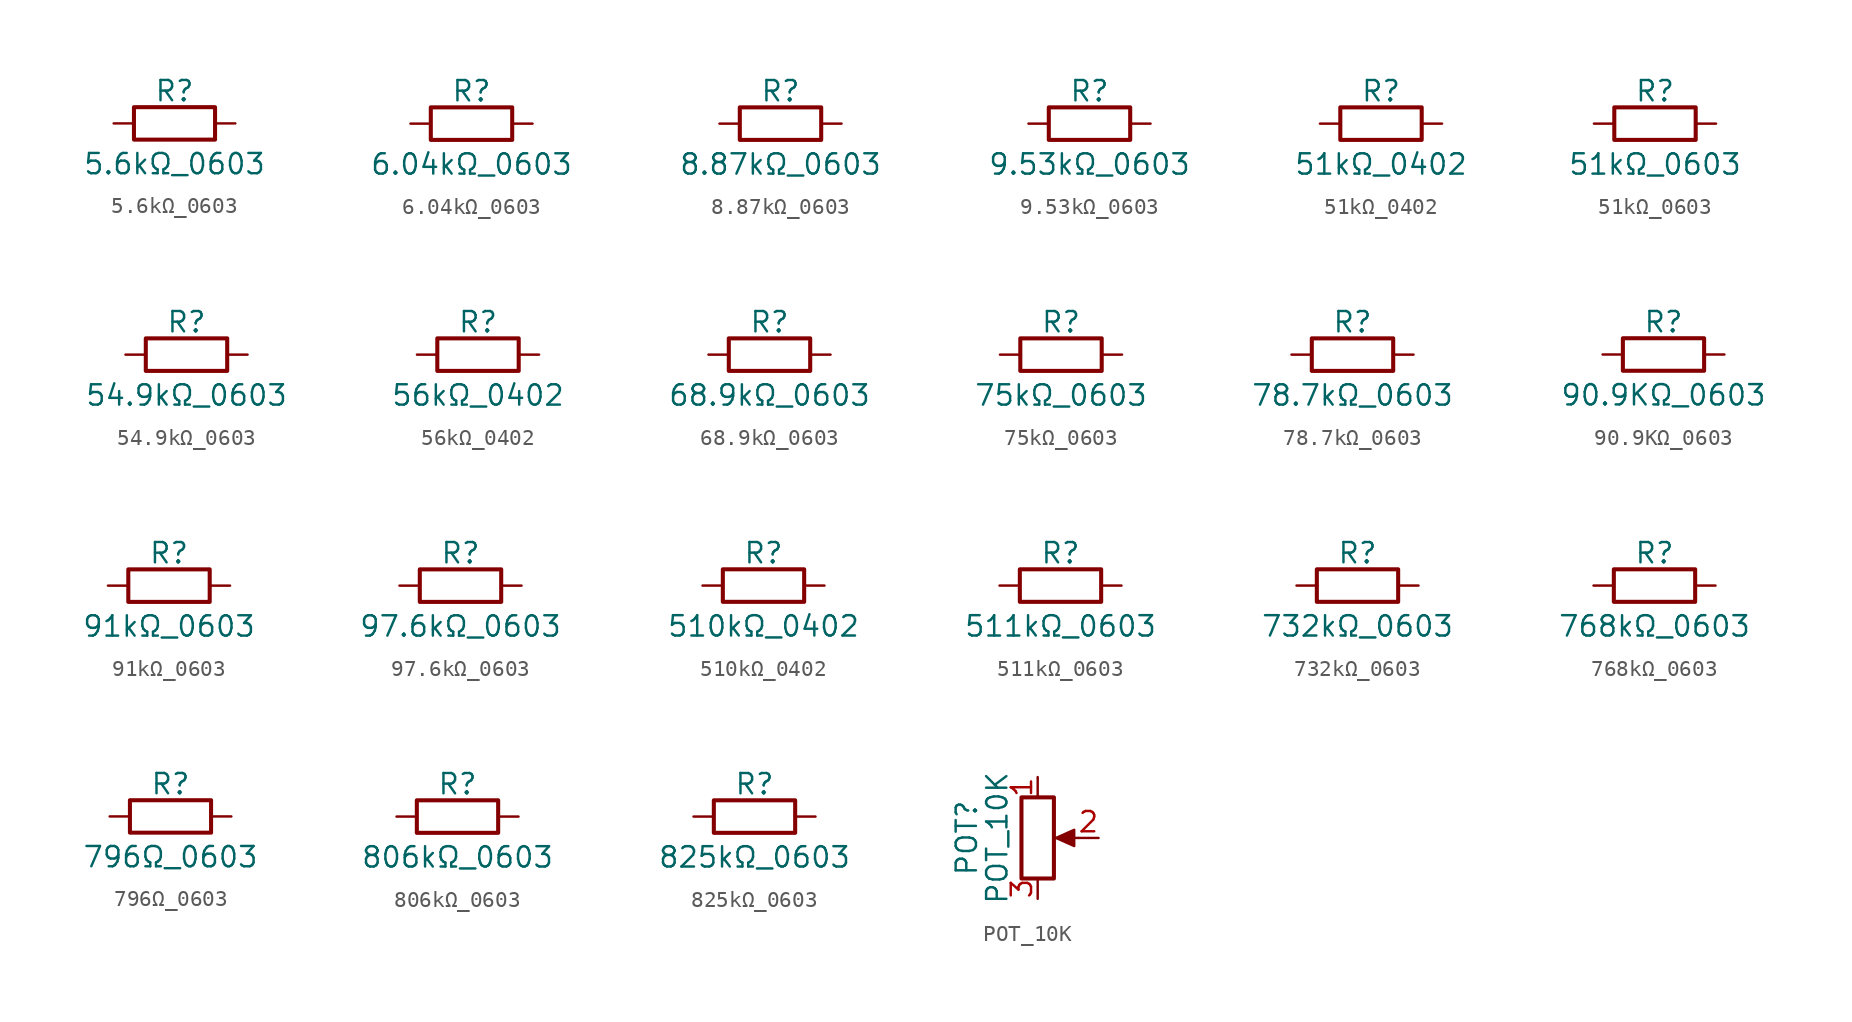
<source format=kicad_sym>
(kicad_symbol_lib
  (version 20220914)
  (generator kicad_symbol_editor)
  (symbol "5.6kΩ_0603"
    (pin_numbers hide)
    (pin_names
      (offset 0))
    (property "Reference" "R"
      (at 0 2.032 0)
      (effects (font (size 1.27 1.27))))
    (property "Value" "5.6kΩ_0603"
      (at 0 -2.54 0)
      (effects (font (size 1.27 1.27))))
    (symbol "5.6kΩ_0603_0_1"
      (rectangle (start 2.54 -1.016) (end -2.54 1.016) (stroke (width 0.254) (type default)) (fill (type none))))
    (symbol "5.6kΩ_0603_1_1"
      (pin passive line (at -3.81 0 0) (length 1.27) (name "~" (effects (font (size 1.27 1.27)))) (number "1" (effects (font (size 1.27 1.27)))))
      (pin passive line (at 3.81 0 180) (length 1.27) (name "~" (effects (font (size 1.27 1.27)))) (number "2" (effects (font (size 1.27 1.27)))))))
  (symbol "6.04kΩ_0603"
    (pin_numbers hide)
    (pin_names
      (offset 0))
    (property "Reference" "R"
      (at 0 2.032 0)
      (effects (font (size 1.27 1.27))))
    (property "Value" "6.04kΩ_0603"
      (at 0 -2.54 0)
      (effects (font (size 1.27 1.27))))
    (symbol "6.04kΩ_0603_0_1"
      (rectangle (start 2.54 -1.016) (end -2.54 1.016) (stroke (width 0.254) (type default)) (fill (type none))))
    (symbol "6.04kΩ_0603_1_1"
      (pin passive line (at -3.81 0 0) (length 1.27) (name "~" (effects (font (size 1.27 1.27)))) (number "1" (effects (font (size 1.27 1.27)))))
      (pin passive line (at 3.81 0 180) (length 1.27) (name "~" (effects (font (size 1.27 1.27)))) (number "2" (effects (font (size 1.27 1.27)))))))
  (symbol "8.87kΩ_0603"
    (pin_numbers hide)
    (pin_names
      (offset 0))
    (property "Reference" "R"
      (at 0 2.032 0)
      (effects (font (size 1.27 1.27))))
    (property "Value" "8.87kΩ_0603"
      (at 0 -2.54 0)
      (effects (font (size 1.27 1.27))))
    (symbol "8.87kΩ_0603_0_1"
      (rectangle (start 2.54 -1.016) (end -2.54 1.016) (stroke (width 0.254) (type default)) (fill (type none))))
    (symbol "8.87kΩ_0603_1_1"
      (pin passive line (at -3.81 0 0) (length 1.27) (name "~" (effects (font (size 1.27 1.27)))) (number "1" (effects (font (size 1.27 1.27)))))
      (pin passive line (at 3.81 0 180) (length 1.27) (name "~" (effects (font (size 1.27 1.27)))) (number "2" (effects (font (size 1.27 1.27)))))))
  (symbol "9.53kΩ_0603"
    (pin_numbers hide)
    (pin_names
      (offset 0))
    (property "Reference" "R"
      (at 0 2.032 0)
      (effects (font (size 1.27 1.27))))
    (property "Value" "9.53kΩ_0603"
      (at 0 -2.54 0)
      (effects (font (size 1.27 1.27))))
    (symbol "9.53kΩ_0603_0_1"
      (rectangle (start 2.54 -1.016) (end -2.54 1.016) (stroke (width 0.254) (type default)) (fill (type none))))
    (symbol "9.53kΩ_0603_1_1"
      (pin passive line (at -3.81 0 0) (length 1.27) (name "~" (effects (font (size 1.27 1.27)))) (number "1" (effects (font (size 1.27 1.27)))))
      (pin passive line (at 3.81 0 180) (length 1.27) (name "~" (effects (font (size 1.27 1.27)))) (number "2" (effects (font (size 1.27 1.27)))))))
  (symbol "51kΩ_0402"
    (pin_numbers hide)
    (pin_names
      (offset 0))
    (property "Reference" "R"
      (at 0 2.032 0)
      (effects (font (size 1.27 1.27))))
    (property "Value" "51kΩ_0402"
      (at 0 -2.54 0)
      (effects (font (size 1.27 1.27))))
    (symbol "51kΩ_0402_0_1"
      (rectangle (start 2.54 -1.016) (end -2.54 1.016) (stroke (width 0.254) (type default)) (fill (type none))))
    (symbol "51kΩ_0402_1_1"
      (pin passive line (at -3.81 0 0) (length 1.27) (name "~" (effects (font (size 1.27 1.27)))) (number "1" (effects (font (size 1.27 1.27)))))
      (pin passive line (at 3.81 0 180) (length 1.27) (name "~" (effects (font (size 1.27 1.27)))) (number "2" (effects (font (size 1.27 1.27)))))))
  (symbol "51kΩ_0603"
    (pin_numbers hide)
    (pin_names
      (offset 0))
    (property "Reference" "R"
      (at 0 2.032 0)
      (effects (font (size 1.27 1.27))))
    (property "Value" "51kΩ_0603"
      (at 0 -2.54 0)
      (effects (font (size 1.27 1.27))))
    (symbol "51kΩ_0603_0_1"
      (rectangle (start 2.54 -1.016) (end -2.54 1.016) (stroke (width 0.254) (type default)) (fill (type none))))
    (symbol "51kΩ_0603_1_1"
      (pin passive line (at -3.81 0 0) (length 1.27) (name "~" (effects (font (size 1.27 1.27)))) (number "1" (effects (font (size 1.27 1.27)))))
      (pin passive line (at 3.81 0 180) (length 1.27) (name "~" (effects (font (size 1.27 1.27)))) (number "2" (effects (font (size 1.27 1.27)))))))
  (symbol "54.9kΩ_0603"
    (pin_numbers hide)
    (pin_names
      (offset 0))
    (property "Reference" "R"
      (at 0 2.032 0)
      (effects (font (size 1.27 1.27))))
    (property "Value" "54.9kΩ_0603"
      (at 0 -2.54 0)
      (effects (font (size 1.27 1.27))))
    (symbol "54.9kΩ_0603_0_1"
      (rectangle (start 2.54 -1.016) (end -2.54 1.016) (stroke (width 0.254) (type default)) (fill (type none))))
    (symbol "54.9kΩ_0603_1_1"
      (pin passive line (at -3.81 0 0) (length 1.27) (name "~" (effects (font (size 1.27 1.27)))) (number "1" (effects (font (size 1.27 1.27)))))
      (pin passive line (at 3.81 0 180) (length 1.27) (name "~" (effects (font (size 1.27 1.27)))) (number "2" (effects (font (size 1.27 1.27)))))))
  (symbol "56kΩ_0402"
    (pin_numbers hide)
    (pin_names
      (offset 0))
    (property "Reference" "R"
      (at 0 2.032 0)
      (effects (font (size 1.27 1.27))))
    (property "Value" "56kΩ_0402"
      (at 0 -2.54 0)
      (effects (font (size 1.27 1.27))))
    (symbol "56kΩ_0402_0_1"
      (rectangle (start 2.54 -1.016) (end -2.54 1.016) (stroke (width 0.254) (type default)) (fill (type none))))
    (symbol "56kΩ_0402_1_1"
      (pin passive line (at -3.81 0 0) (length 1.27) (name "~" (effects (font (size 1.27 1.27)))) (number "1" (effects (font (size 1.27 1.27)))))
      (pin passive line (at 3.81 0 180) (length 1.27) (name "~" (effects (font (size 1.27 1.27)))) (number "2" (effects (font (size 1.27 1.27)))))))
  (symbol "68.9kΩ_0603"
    (pin_numbers hide)
    (pin_names
      (offset 0))
    (property "Reference" "R"
      (at 0 2.032 0)
      (effects (font (size 1.27 1.27))))
    (property "Value" "68.9kΩ_0603"
      (at 0 -2.54 0)
      (effects (font (size 1.27 1.27))))
    (symbol "68.9kΩ_0603_0_1"
      (rectangle (start 2.54 -1.016) (end -2.54 1.016) (stroke (width 0.254) (type default)) (fill (type none))))
    (symbol "68.9kΩ_0603_1_1"
      (pin passive line (at -3.81 0 0) (length 1.27) (name "~" (effects (font (size 1.27 1.27)))) (number "1" (effects (font (size 1.27 1.27)))))
      (pin passive line (at 3.81 0 180) (length 1.27) (name "~" (effects (font (size 1.27 1.27)))) (number "2" (effects (font (size 1.27 1.27)))))))
  (symbol "75kΩ_0603"
    (pin_numbers hide)
    (pin_names
      (offset 0))
    (property "Reference" "R"
      (at 0 2.032 0)
      (effects (font (size 1.27 1.27))))
    (property "Value" "75kΩ_0603"
      (at 0 -2.54 0)
      (effects (font (size 1.27 1.27))))
    (symbol "75kΩ_0603_0_1"
      (rectangle (start 2.54 -1.016) (end -2.54 1.016) (stroke (width 0.254) (type default)) (fill (type none))))
    (symbol "75kΩ_0603_1_1"
      (pin passive line (at -3.81 0 0) (length 1.27) (name "~" (effects (font (size 1.27 1.27)))) (number "1" (effects (font (size 1.27 1.27)))))
      (pin passive line (at 3.81 0 180) (length 1.27) (name "~" (effects (font (size 1.27 1.27)))) (number "2" (effects (font (size 1.27 1.27)))))))
  (symbol "78.7kΩ_0603"
    (pin_numbers hide)
    (pin_names
      (offset 0))
    (property "Reference" "R"
      (at 0 2.032 0)
      (effects (font (size 1.27 1.27))))
    (property "Value" "78.7kΩ_0603"
      (at 0 -2.54 0)
      (effects (font (size 1.27 1.27))))
    (symbol "78.7kΩ_0603_0_1"
      (rectangle (start 2.54 -1.016) (end -2.54 1.016) (stroke (width 0.254) (type default)) (fill (type none))))
    (symbol "78.7kΩ_0603_1_1"
      (pin passive line (at -3.81 0 0) (length 1.27) (name "~" (effects (font (size 1.27 1.27)))) (number "1" (effects (font (size 1.27 1.27)))))
      (pin passive line (at 3.81 0 180) (length 1.27) (name "~" (effects (font (size 1.27 1.27)))) (number "2" (effects (font (size 1.27 1.27)))))))
  (symbol "90.9KΩ_0603"
    (pin_numbers hide)
    (pin_names
      (offset 0))
    (property "Reference" "R"
      (at 0 2.032 0)
      (effects (font (size 1.27 1.27))))
    (property "Value" "90.9KΩ_0603"
      (at 0 -2.54 0)
      (effects (font (size 1.27 1.27))))
    (symbol "90.9KΩ_0603_0_1"
      (rectangle (start 2.54 -1.016) (end -2.54 1.016) (stroke (width 0.254) (type default)) (fill (type none))))
    (symbol "90.9KΩ_0603_1_1"
      (pin passive line (at -3.81 0 0) (length 1.27) (name "~" (effects (font (size 1.27 1.27)))) (number "1" (effects (font (size 1.27 1.27)))))
      (pin passive line (at 3.81 0 180) (length 1.27) (name "~" (effects (font (size 1.27 1.27)))) (number "2" (effects (font (size 1.27 1.27)))))))
  (symbol "91kΩ_0603"
    (pin_numbers hide)
    (pin_names
      (offset 0))
    (property "Reference" "R"
      (at 0 2.032 0)
      (effects (font (size 1.27 1.27))))
    (property "Value" "91kΩ_0603"
      (at 0 -2.54 0)
      (effects (font (size 1.27 1.27))))
    (symbol "91kΩ_0603_0_1"
      (rectangle (start 2.54 -1.016) (end -2.54 1.016) (stroke (width 0.254) (type default)) (fill (type none))))
    (symbol "91kΩ_0603_1_1"
      (pin passive line (at -3.81 0 0) (length 1.27) (name "~" (effects (font (size 1.27 1.27)))) (number "1" (effects (font (size 1.27 1.27)))))
      (pin passive line (at 3.81 0 180) (length 1.27) (name "~" (effects (font (size 1.27 1.27)))) (number "2" (effects (font (size 1.27 1.27)))))))
  (symbol "97.6kΩ_0603"
    (pin_numbers hide)
    (pin_names
      (offset 0))
    (property "Reference" "R"
      (at 0 2.032 0)
      (effects (font (size 1.27 1.27))))
    (property "Value" "97.6kΩ_0603"
      (at 0 -2.54 0)
      (effects (font (size 1.27 1.27))))
    (symbol "97.6kΩ_0603_0_1"
      (rectangle (start 2.54 -1.016) (end -2.54 1.016) (stroke (width 0.254) (type default)) (fill (type none))))
    (symbol "97.6kΩ_0603_1_1"
      (pin passive line (at -3.81 0 0) (length 1.27) (name "~" (effects (font (size 1.27 1.27)))) (number "1" (effects (font (size 1.27 1.27)))))
      (pin passive line (at 3.81 0 180) (length 1.27) (name "~" (effects (font (size 1.27 1.27)))) (number "2" (effects (font (size 1.27 1.27)))))))
  (symbol "510kΩ_0402"
    (pin_numbers hide)
    (pin_names
      (offset 0))
    (property "Reference" "R"
      (at 0 2.032 0)
      (effects (font (size 1.27 1.27))))
    (property "Value" "510kΩ_0402"
      (at 0 -2.54 0)
      (effects (font (size 1.27 1.27))))
    (symbol "510kΩ_0402_0_1"
      (rectangle (start 2.54 -1.016) (end -2.54 1.016) (stroke (width 0.254) (type default)) (fill (type none))))
    (symbol "510kΩ_0402_1_1"
      (pin passive line (at -3.81 0 0) (length 1.27) (name "~" (effects (font (size 1.27 1.27)))) (number "1" (effects (font (size 1.27 1.27)))))
      (pin passive line (at 3.81 0 180) (length 1.27) (name "~" (effects (font (size 1.27 1.27)))) (number "2" (effects (font (size 1.27 1.27)))))))
  (symbol "511kΩ_0603"
    (pin_numbers hide)
    (pin_names
      (offset 0))
    (property "Reference" "R"
      (at 0 2.032 0)
      (effects (font (size 1.27 1.27))))
    (property "Value" "511kΩ_0603"
      (at 0 -2.54 0)
      (effects (font (size 1.27 1.27))))
    (symbol "511kΩ_0603_0_1"
      (rectangle (start 2.54 -1.016) (end -2.54 1.016) (stroke (width 0.254) (type default)) (fill (type none))))
    (symbol "511kΩ_0603_1_1"
      (pin passive line (at -3.81 0 0) (length 1.27) (name "~" (effects (font (size 1.27 1.27)))) (number "1" (effects (font (size 1.27 1.27)))))
      (pin passive line (at 3.81 0 180) (length 1.27) (name "~" (effects (font (size 1.27 1.27)))) (number "2" (effects (font (size 1.27 1.27)))))))
  (symbol "732kΩ_0603"
    (pin_numbers hide)
    (pin_names
      (offset 0))
    (property "Reference" "R"
      (at 0 2.032 0)
      (effects (font (size 1.27 1.27))))
    (property "Value" "732kΩ_0603"
      (at 0 -2.54 0)
      (effects (font (size 1.27 1.27))))
    (symbol "732kΩ_0603_0_1"
      (rectangle (start 2.54 -1.016) (end -2.54 1.016) (stroke (width 0.254) (type default)) (fill (type none))))
    (symbol "732kΩ_0603_1_1"
      (pin passive line (at -3.81 0 0) (length 1.27) (name "~" (effects (font (size 1.27 1.27)))) (number "1" (effects (font (size 1.27 1.27)))))
      (pin passive line (at 3.81 0 180) (length 1.27) (name "~" (effects (font (size 1.27 1.27)))) (number "2" (effects (font (size 1.27 1.27)))))))
  (symbol "768kΩ_0603"
    (pin_numbers hide)
    (pin_names
      (offset 0))
    (property "Reference" "R"
      (at 0 2.032 0)
      (effects (font (size 1.27 1.27))))
    (property "Value" "768kΩ_0603"
      (at 0 -2.54 0)
      (effects (font (size 1.27 1.27))))
    (symbol "768kΩ_0603_0_1"
      (rectangle (start 2.54 -1.016) (end -2.54 1.016) (stroke (width 0.254) (type default)) (fill (type none))))
    (symbol "768kΩ_0603_1_1"
      (pin passive line (at -3.81 0 0) (length 1.27) (name "~" (effects (font (size 1.27 1.27)))) (number "1" (effects (font (size 1.27 1.27)))))
      (pin passive line (at 3.81 0 180) (length 1.27) (name "~" (effects (font (size 1.27 1.27)))) (number "2" (effects (font (size 1.27 1.27)))))))
  (symbol "796Ω_0603"
    (pin_numbers hide)
    (pin_names
      (offset 0))
    (property "Reference" "R"
      (at 0 2.032 0)
      (effects (font (size 1.27 1.27))))
    (property "Value" "796Ω_0603"
      (at 0 -2.54 0)
      (effects (font (size 1.27 1.27))))
    (symbol "796Ω_0603_0_1"
      (rectangle (start 2.54 -1.016) (end -2.54 1.016) (stroke (width 0.254) (type default)) (fill (type none))))
    (symbol "796Ω_0603_1_1"
      (pin passive line (at -3.81 0 0) (length 1.27) (name "~" (effects (font (size 1.27 1.27)))) (number "1" (effects (font (size 1.27 1.27)))))
      (pin passive line (at 3.81 0 180) (length 1.27) (name "~" (effects (font (size 1.27 1.27)))) (number "2" (effects (font (size 1.27 1.27)))))))
  (symbol "806kΩ_0603"
    (pin_numbers hide)
    (pin_names
      (offset 0))
    (property "Reference" "R"
      (at 0 2.032 0)
      (effects (font (size 1.27 1.27))))
    (property "Value" "806kΩ_0603"
      (at 0 -2.54 0)
      (effects (font (size 1.27 1.27))))
    (symbol "806kΩ_0603_0_1"
      (rectangle (start 2.54 -1.016) (end -2.54 1.016) (stroke (width 0.254) (type default)) (fill (type none))))
    (symbol "806kΩ_0603_1_1"
      (pin passive line (at -3.81 0 0) (length 1.27) (name "~" (effects (font (size 1.27 1.27)))) (number "1" (effects (font (size 1.27 1.27)))))
      (pin passive line (at 3.81 0 180) (length 1.27) (name "~" (effects (font (size 1.27 1.27)))) (number "2" (effects (font (size 1.27 1.27)))))))
  (symbol "825kΩ_0603"
    (pin_numbers hide)
    (pin_names
      (offset 0))
    (property "Reference" "R"
      (at 0 2.032 0)
      (effects (font (size 1.27 1.27))))
    (property "Value" "825kΩ_0603"
      (at 0 -2.54 0)
      (effects (font (size 1.27 1.27))))
    (symbol "825kΩ_0603_0_1"
      (rectangle (start 2.54 -1.016) (end -2.54 1.016) (stroke (width 0.254) (type default)) (fill (type none))))
    (symbol "825kΩ_0603_1_1"
      (pin passive line (at -3.81 0 0) (length 1.27) (name "~" (effects (font (size 1.27 1.27)))) (number "1" (effects (font (size 1.27 1.27)))))
      (pin passive line (at 3.81 0 180) (length 1.27) (name "~" (effects (font (size 1.27 1.27)))) (number "2" (effects (font (size 1.27 1.27)))))))
  (symbol "POT_10K"
    (pin_names
      (offset 1.016) hide)
    (property "Reference" "POT"
      (at -4.445 0 90)
      (effects (font (size 1.27 1.27))))
    (property "Value" "POT_10K"
      (at -2.54 0 90)
      (effects (font (size 1.27 1.27))))
    (symbol "POT_10K_0_1"
      (polyline (pts (xy 2.54 0) (xy 1.524 0)) (stroke (width 0) (type default)) (fill (type none)))
      (polyline (pts (xy 1.143 0) (xy 2.286 0.508) (xy 2.286 -0.508) (xy 1.143 0)) (stroke (width 0) (type default)) (fill (type outline)))
      (rectangle (start 1.016 2.54) (end -1.016 -2.54) (stroke (width 0.254) (type default)) (fill (type none))))
    (symbol "POT_10K_1_1"
      (pin passive line (at 0 3.81 270) (length 1.27) (name "1" (effects (font (size 1.27 1.27)))) (number "1" (effects (font (size 1.27 1.27)))))
      (pin passive line (at 3.81 0 180) (length 1.27) (name "2" (effects (font (size 1.27 1.27)))) (number "2" (effects (font (size 1.27 1.27)))))
      (pin passive line (at 0 -3.81 90) (length 1.27) (name "3" (effects (font (size 1.27 1.27)))) (number "3" (effects (font (size 1.27 1.27))))))))
</source>
